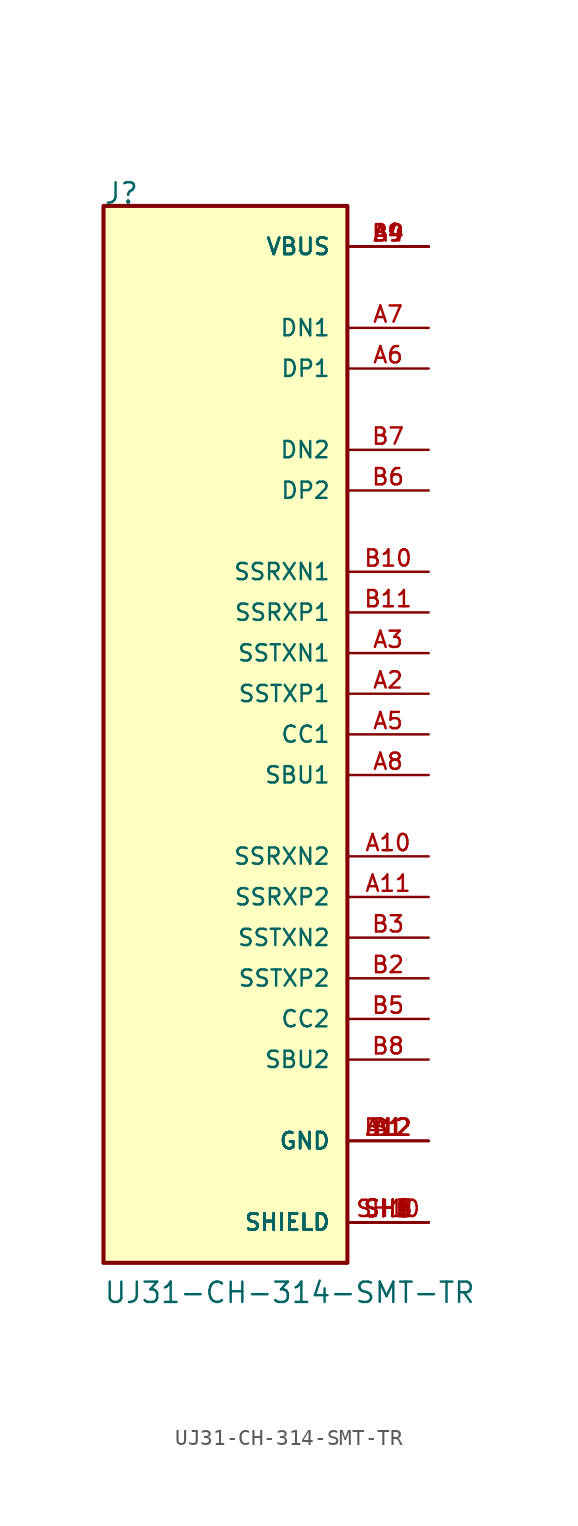
<source format=kicad_sym>
(kicad_symbol_lib
  (version 20211014)
  (generator kicad_symbol_editor)
  (symbol "UJ31-CH-314-SMT-TR"
    (pin_names
      (offset 1.016))
    (property "Reference" "J"
      (at -7.63 33.065 0)
      (effects (font (size 1.27 1.27)) (justify bottom left)))
    (property "Value" "UJ31-CH-314-SMT-TR"
      (at -7.634 -35.625 0)
      (effects (font (size 1.27 1.27)) (justify bottom left)))
    (symbol "UJ31-CH-314-SMT-TR_0_0"
      (rectangle (start -7.62 -33.02) (end 7.62 33.02) (stroke (width 0.254)) (fill (type background)))
      (pin power_in line (at 12.7 30.48 180.0) (length 5.08) (name "VBUS" (effects (font (size 1.016 1.016)))) (number "A4" (effects (font (size 1.016 1.016)))))
      (pin power_in line (at 12.7 30.48 180.0) (length 5.08) (name "VBUS" (effects (font (size 1.016 1.016)))) (number "A9" (effects (font (size 1.016 1.016)))))
      (pin power_in line (at 12.7 30.48 180.0) (length 5.08) (name "VBUS" (effects (font (size 1.016 1.016)))) (number "B4" (effects (font (size 1.016 1.016)))))
      (pin power_in line (at 12.7 30.48 180.0) (length 5.08) (name "VBUS" (effects (font (size 1.016 1.016)))) (number "B9" (effects (font (size 1.016 1.016)))))
      (pin power_in line (at 12.7 -30.48 180.0) (length 5.08) (name "SHIELD" (effects (font (size 1.016 1.016)))) (number "SH1" (effects (font (size 1.016 1.016)))))
      (pin power_in line (at 12.7 -30.48 180.0) (length 5.08) (name "SHIELD" (effects (font (size 1.016 1.016)))) (number "SH2" (effects (font (size 1.016 1.016)))))
      (pin power_in line (at 12.7 -30.48 180.0) (length 5.08) (name "SHIELD" (effects (font (size 1.016 1.016)))) (number "SH3" (effects (font (size 1.016 1.016)))))
      (pin power_in line (at 12.7 -30.48 180.0) (length 5.08) (name "SHIELD" (effects (font (size 1.016 1.016)))) (number "SH4" (effects (font (size 1.016 1.016)))))
      (pin power_in line (at 12.7 -30.48 180.0) (length 5.08) (name "SHIELD" (effects (font (size 1.016 1.016)))) (number "SH5" (effects (font (size 1.016 1.016)))))
      (pin power_in line (at 12.7 -30.48 180.0) (length 5.08) (name "SHIELD" (effects (font (size 1.016 1.016)))) (number "SH6" (effects (font (size 1.016 1.016)))))
      (pin power_in line (at 12.7 -30.48 180.0) (length 5.08) (name "SHIELD" (effects (font (size 1.016 1.016)))) (number "SH7" (effects (font (size 1.016 1.016)))))
      (pin power_in line (at 12.7 -30.48 180.0) (length 5.08) (name "SHIELD" (effects (font (size 1.016 1.016)))) (number "SH8" (effects (font (size 1.016 1.016)))))
      (pin power_in line (at 12.7 -30.48 180.0) (length 5.08) (name "SHIELD" (effects (font (size 1.016 1.016)))) (number "SH9" (effects (font (size 1.016 1.016)))))
      (pin power_in line (at 12.7 -30.48 180.0) (length 5.08) (name "SHIELD" (effects (font (size 1.016 1.016)))) (number "SH10" (effects (font (size 1.016 1.016)))))
      (pin bidirectional line (at 12.7 25.4 180.0) (length 5.08) (name "DN1" (effects (font (size 1.016 1.016)))) (number "A7" (effects (font (size 1.016 1.016)))))
      (pin bidirectional line (at 12.7 22.86 180.0) (length 5.08) (name "DP1" (effects (font (size 1.016 1.016)))) (number "A6" (effects (font (size 1.016 1.016)))))
      (pin bidirectional line (at 12.7 17.78 180.0) (length 5.08) (name "DN2" (effects (font (size 1.016 1.016)))) (number "B7" (effects (font (size 1.016 1.016)))))
      (pin bidirectional line (at 12.7 15.24 180.0) (length 5.08) (name "DP2" (effects (font (size 1.016 1.016)))) (number "B6" (effects (font (size 1.016 1.016)))))
      (pin power_in line (at 12.7 -25.4 180.0) (length 5.08) (name "GND" (effects (font (size 1.016 1.016)))) (number "A1" (effects (font (size 1.016 1.016)))))
      (pin power_in line (at 12.7 -25.4 180.0) (length 5.08) (name "GND" (effects (font (size 1.016 1.016)))) (number "A12" (effects (font (size 1.016 1.016)))))
      (pin power_in line (at 12.7 -25.4 180.0) (length 5.08) (name "GND" (effects (font (size 1.016 1.016)))) (number "B1" (effects (font (size 1.016 1.016)))))
      (pin power_in line (at 12.7 -25.4 180.0) (length 5.08) (name "GND" (effects (font (size 1.016 1.016)))) (number "B12" (effects (font (size 1.016 1.016)))))
      (pin bidirectional line (at 12.7 10.16 180.0) (length 5.08) (name "SSRXN1" (effects (font (size 1.016 1.016)))) (number "B10" (effects (font (size 1.016 1.016)))))
      (pin bidirectional line (at 12.7 7.62 180.0) (length 5.08) (name "SSRXP1" (effects (font (size 1.016 1.016)))) (number "B11" (effects (font (size 1.016 1.016)))))
      (pin bidirectional line (at 12.7 5.08 180.0) (length 5.08) (name "SSTXN1" (effects (font (size 1.016 1.016)))) (number "A3" (effects (font (size 1.016 1.016)))))
      (pin bidirectional line (at 12.7 2.54 180.0) (length 5.08) (name "SSTXP1" (effects (font (size 1.016 1.016)))) (number "A2" (effects (font (size 1.016 1.016)))))
      (pin bidirectional line (at 12.7 0.0 180.0) (length 5.08) (name "CC1" (effects (font (size 1.016 1.016)))) (number "A5" (effects (font (size 1.016 1.016)))))
      (pin bidirectional line (at 12.7 -2.54 180.0) (length 5.08) (name "SBU1" (effects (font (size 1.016 1.016)))) (number "A8" (effects (font (size 1.016 1.016)))))
      (pin bidirectional line (at 12.7 -7.62 180.0) (length 5.08) (name "SSRXN2" (effects (font (size 1.016 1.016)))) (number "A10" (effects (font (size 1.016 1.016)))))
      (pin bidirectional line (at 12.7 -10.16 180.0) (length 5.08) (name "SSRXP2" (effects (font (size 1.016 1.016)))) (number "A11" (effects (font (size 1.016 1.016)))))
      (pin bidirectional line (at 12.7 -12.7 180.0) (length 5.08) (name "SSTXN2" (effects (font (size 1.016 1.016)))) (number "B3" (effects (font (size 1.016 1.016)))))
      (pin bidirectional line (at 12.7 -15.24 180.0) (length 5.08) (name "SSTXP2" (effects (font (size 1.016 1.016)))) (number "B2" (effects (font (size 1.016 1.016)))))
      (pin bidirectional line (at 12.7 -17.78 180.0) (length 5.08) (name "CC2" (effects (font (size 1.016 1.016)))) (number "B5" (effects (font (size 1.016 1.016)))))
      (pin bidirectional line (at 12.7 -20.32 180.0) (length 5.08) (name "SBU2" (effects (font (size 1.016 1.016)))) (number "B8" (effects (font (size 1.016 1.016))))))))
</source>
